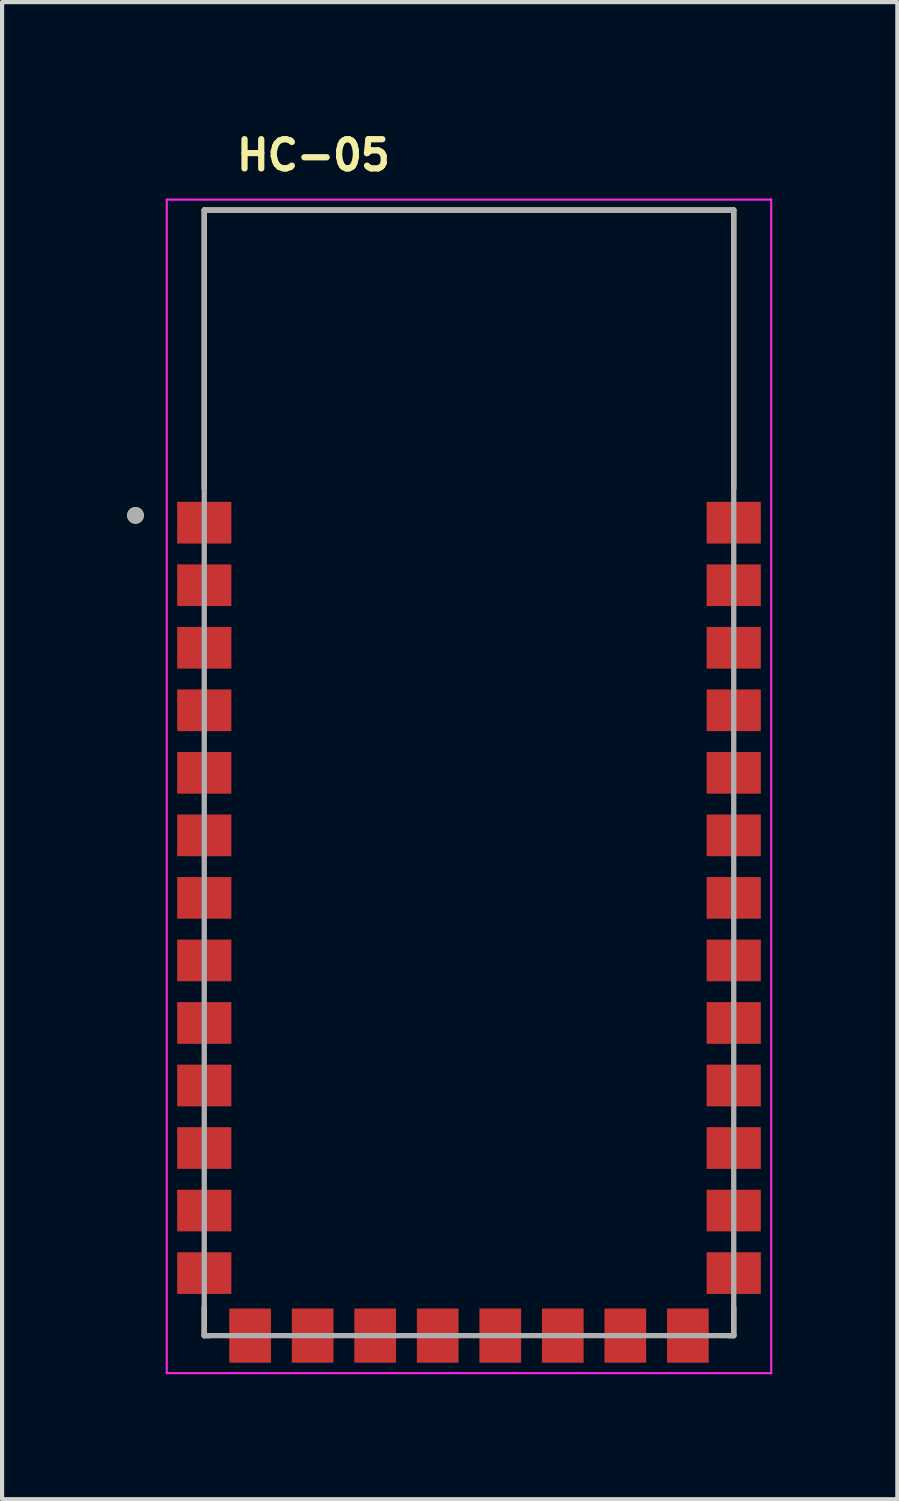
<source format=kicad_pcb>
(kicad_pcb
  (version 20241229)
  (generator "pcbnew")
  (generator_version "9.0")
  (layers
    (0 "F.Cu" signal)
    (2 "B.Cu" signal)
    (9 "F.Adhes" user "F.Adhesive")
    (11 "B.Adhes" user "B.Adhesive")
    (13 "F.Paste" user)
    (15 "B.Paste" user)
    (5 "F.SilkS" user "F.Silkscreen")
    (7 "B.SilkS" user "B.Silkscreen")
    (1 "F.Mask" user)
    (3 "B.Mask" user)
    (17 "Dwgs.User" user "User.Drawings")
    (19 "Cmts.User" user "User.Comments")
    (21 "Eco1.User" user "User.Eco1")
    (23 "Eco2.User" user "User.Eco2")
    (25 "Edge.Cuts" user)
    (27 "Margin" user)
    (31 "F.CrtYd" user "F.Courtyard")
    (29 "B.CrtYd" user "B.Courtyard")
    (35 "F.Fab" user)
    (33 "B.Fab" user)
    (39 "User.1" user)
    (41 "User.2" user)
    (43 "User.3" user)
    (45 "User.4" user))
  (footprint "HC-05"
    (layer "F.Cu")
    (at 8.2 15.813)
    (property "Reference" "HC-05" (at -3.732 -15.14 0) (layer "F.SilkS") (effects (font (size 0.701 0.701) (thickness 0.15))))
    (attr smd)
    (fp_line (start -6.35 -13.825) (end 6.35 -13.825) (stroke (width 0.127) (type solid)) (layer "F.SilkS"))
    (fp_line (start -6.35 -7.145) (end -6.35 -13.825) (stroke (width 0.127) (type solid)) (layer "F.SilkS"))
    (fp_line (start -6.35 12.495) (end -6.35 13.175) (stroke (width 0.127) (type solid)) (layer "F.SilkS"))
    (fp_line (start -6.35 13.175) (end -6.22 13.175) (stroke (width 0.127) (type solid)) (layer "F.SilkS"))
    (fp_line (start 6.22 13.175) (end 6.35 13.175) (stroke (width 0.127) (type solid)) (layer "F.SilkS"))
    (fp_line (start 6.35 -13.825) (end 6.35 -7.145) (stroke (width 0.127) (type solid)) (layer "F.SilkS"))
    (fp_line (start 6.35 13.175) (end 6.35 12.495) (stroke (width 0.127) (type solid)) (layer "F.SilkS"))
    (fp_circle (center -8 -6.5) (end -7.9 -6.5) (stroke (width 0.2) (type solid)) (fill no) (layer "F.SilkS"))
    (fp_line (start -7.25 -14.075) (end 7.25 -14.075) (stroke (width 0.05) (type solid)) (layer "F.CrtYd"))
    (fp_line (start -7.25 14.075) (end -7.25 -14.075) (stroke (width 0.05) (type solid)) (layer "F.CrtYd"))
    (fp_line (start 7.25 -14.075) (end 7.25 14.075) (stroke (width 0.05) (type solid)) (layer "F.CrtYd"))
    (fp_line (start 7.25 14.075) (end -7.25 14.075) (stroke (width 0.05) (type solid)) (layer "F.CrtYd"))
    (fp_line (start -6.35 -13.825) (end 6.35 -13.825) (stroke (width 0.127) (type solid)) (layer "F.Fab"))
    (fp_line (start -6.35 13.175) (end -6.35 -13.825) (stroke (width 0.127) (type solid)) (layer "F.Fab"))
    (fp_line (start 6.35 -13.825) (end 6.35 13.175) (stroke (width 0.127) (type solid)) (layer "F.Fab"))
    (fp_line (start 6.35 13.175) (end -6.35 13.175) (stroke (width 0.127) (type solid)) (layer "F.Fab"))
    (fp_circle (center -8 -6.5) (end -7.9 -6.5) (stroke (width 0.2) (type solid)) (fill no) (layer "F.Fab"))
    (pad "1" smd rect (at -6.35 -6.325) (size 1.3 1) (layers "F.Cu" "F.Mask" "F.Paste"))
    (pad "2" smd rect (at -6.35 -4.825) (size 1.3 1) (layers "F.Cu" "F.Mask" "F.Paste"))
    (pad "3" smd rect (at -6.35 -3.325) (size 1.3 1) (layers "F.Cu" "F.Mask" "F.Paste"))
    (pad "4" smd rect (at -6.35 -1.825) (size 1.3 1) (layers "F.Cu" "F.Mask" "F.Paste"))
    (pad "5" smd rect (at -6.35 -0.325) (size 1.3 1) (layers "F.Cu" "F.Mask" "F.Paste"))
    (pad "6" smd rect (at -6.35 1.175) (size 1.3 1) (layers "F.Cu" "F.Mask" "F.Paste"))
    (pad "7" smd rect (at -6.35 2.675) (size 1.3 1) (layers "F.Cu" "F.Mask" "F.Paste"))
    (pad "8" smd rect (at -6.35 4.175) (size 1.3 1) (layers "F.Cu" "F.Mask" "F.Paste"))
    (pad "9" smd rect (at -6.35 5.675) (size 1.3 1) (layers "F.Cu" "F.Mask" "F.Paste"))
    (pad "10" smd rect (at -6.35 7.175) (size 1.3 1) (layers "F.Cu" "F.Mask" "F.Paste"))
    (pad "11" smd rect (at -6.35 8.675) (size 1.3 1) (layers "F.Cu" "F.Mask" "F.Paste"))
    (pad "12" smd rect (at -6.35 10.175) (size 1.3 1) (layers "F.Cu" "F.Mask" "F.Paste"))
    (pad "13" smd rect (at -6.35 11.675) (size 1.3 1) (layers "F.Cu" "F.Mask" "F.Paste"))
    (pad "14" smd rect (at -5.25 13.175 90) (size 1.3 1) (layers "F.Cu" "F.Mask" "F.Paste"))
    (pad "15" smd rect (at -3.75 13.175 90) (size 1.3 1) (layers "F.Cu" "F.Mask" "F.Paste"))
    (pad "16" smd rect (at -2.25 13.175 90) (size 1.3 1) (layers "F.Cu" "F.Mask" "F.Paste"))
    (pad "17" smd rect (at -0.75 13.175 90) (size 1.3 1) (layers "F.Cu" "F.Mask" "F.Paste"))
    (pad "18" smd rect (at 0.75 13.175 90) (size 1.3 1) (layers "F.Cu" "F.Mask" "F.Paste"))
    (pad "19" smd rect (at 2.25 13.175 90) (size 1.3 1) (layers "F.Cu" "F.Mask" "F.Paste"))
    (pad "20" smd rect (at 3.75 13.175 90) (size 1.3 1) (layers "F.Cu" "F.Mask" "F.Paste"))
    (pad "21" smd rect (at 5.25 13.175 90) (size 1.3 1) (layers "F.Cu" "F.Mask" "F.Paste"))
    (pad "22" smd rect (at 6.35 11.675 180) (size 1.3 1) (layers "F.Cu" "F.Mask" "F.Paste"))
    (pad "23" smd rect (at 6.35 10.175 180) (size 1.3 1) (layers "F.Cu" "F.Mask" "F.Paste"))
    (pad "24" smd rect (at 6.35 8.675 180) (size 1.3 1) (layers "F.Cu" "F.Mask" "F.Paste"))
    (pad "25" smd rect (at 6.35 7.175 180) (size 1.3 1) (layers "F.Cu" "F.Mask" "F.Paste"))
    (pad "26" smd rect (at 6.35 5.675 180) (size 1.3 1) (layers "F.Cu" "F.Mask" "F.Paste"))
    (pad "27" smd rect (at 6.35 4.175 180) (size 1.3 1) (layers "F.Cu" "F.Mask" "F.Paste"))
    (pad "28" smd rect (at 6.35 2.675 180) (size 1.3 1) (layers "F.Cu" "F.Mask" "F.Paste"))
    (pad "29" smd rect (at 6.35 1.175 180) (size 1.3 1) (layers "F.Cu" "F.Mask" "F.Paste"))
    (pad "30" smd rect (at 6.35 -0.325 180) (size 1.3 1) (layers "F.Cu" "F.Mask" "F.Paste"))
    (pad "31" smd rect (at 6.35 -1.825 180) (size 1.3 1) (layers "F.Cu" "F.Mask" "F.Paste"))
    (pad "32" smd rect (at 6.35 -3.325 180) (size 1.3 1) (layers "F.Cu" "F.Mask" "F.Paste"))
    (pad "33" smd rect (at 6.35 -4.825 180) (size 1.3 1) (layers "F.Cu" "F.Mask" "F.Paste"))
    (pad "34" smd rect (at 6.35 -6.325 180) (size 1.3 1) (layers "F.Cu" "F.Mask" "F.Paste"))
    (zone (net_name "") (layer "F.Cu") (hatch full 0.508) (connect_pads) (min_thickness 0.01) (filled_areas_thickness no) (keepout (tracks not_allowed) (vias not_allowed) (pads not_allowed) (copperpour not_allowed) (footprints allowed)) (placement (enabled no)) (fill) (polygon (pts (xy 1.85 1.963) (xy 14.55 1.963) (xy 14.55 8.863) (xy 1.85 8.863))))
    (zone (net_name "") (layers "F.Cu" "B.Cu") (hatch full 0.508) (connect_pads) (min_thickness 0.01) (filled_areas_thickness no) (keepout (tracks allowed) (vias not_allowed) (pads allowed) (copperpour allowed) (footprints allowed)) (placement (enabled no)) (fill) (polygon (pts (xy 1.85 1.963) (xy 14.55 1.963) (xy 14.55 8.863) (xy 1.85 8.863))))
    (zone (net_name "") (layer "B.Cu") (hatch full 0.508) (connect_pads) (min_thickness 0.01) (filled_areas_thickness no) (keepout (tracks not_allowed) (vias not_allowed) (pads not_allowed) (copperpour not_allowed) (footprints allowed)) (placement (enabled no)) (fill) (polygon (pts (xy 1.85 1.963) (xy 14.55 1.963) (xy 14.55 8.863) (xy 1.85 8.863)))))
  (gr_rect
    (start -3 -3)
    (end 18.475 32.913)
    (stroke (width 0.1) (type default))
    (fill no)
    (layer "Edge.Cuts")))
</source>
